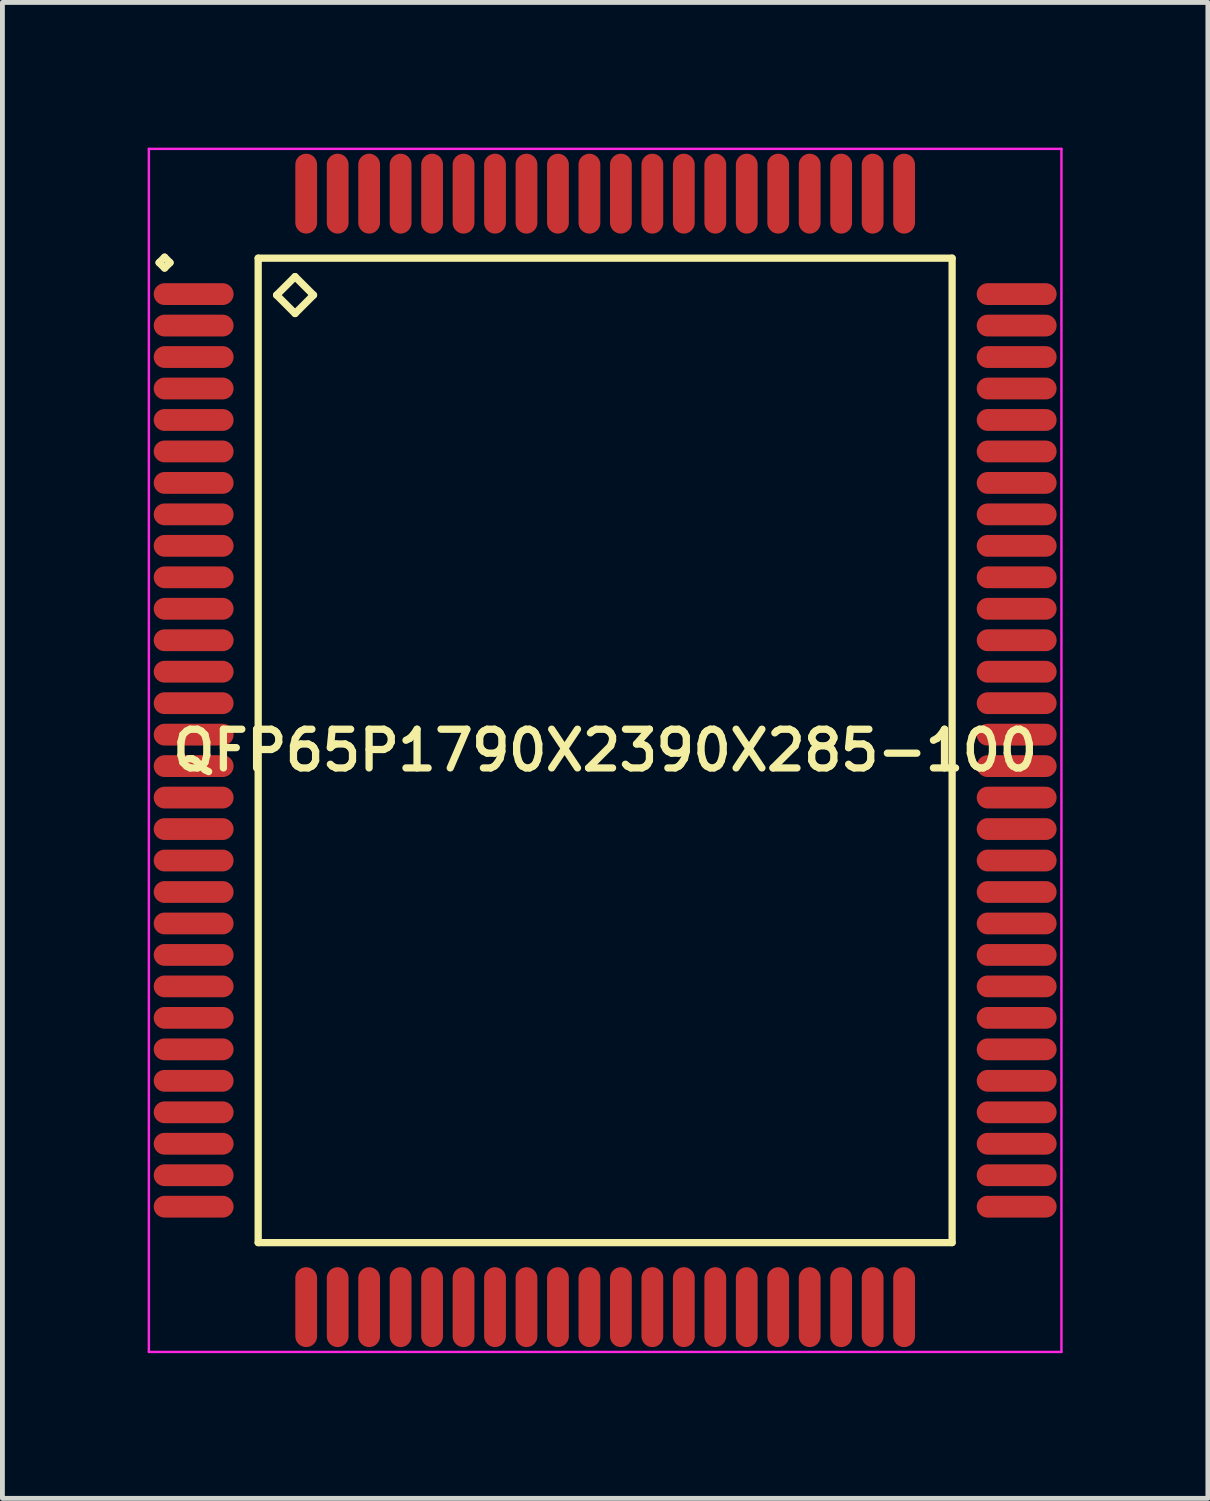
<source format=kicad_pcb>
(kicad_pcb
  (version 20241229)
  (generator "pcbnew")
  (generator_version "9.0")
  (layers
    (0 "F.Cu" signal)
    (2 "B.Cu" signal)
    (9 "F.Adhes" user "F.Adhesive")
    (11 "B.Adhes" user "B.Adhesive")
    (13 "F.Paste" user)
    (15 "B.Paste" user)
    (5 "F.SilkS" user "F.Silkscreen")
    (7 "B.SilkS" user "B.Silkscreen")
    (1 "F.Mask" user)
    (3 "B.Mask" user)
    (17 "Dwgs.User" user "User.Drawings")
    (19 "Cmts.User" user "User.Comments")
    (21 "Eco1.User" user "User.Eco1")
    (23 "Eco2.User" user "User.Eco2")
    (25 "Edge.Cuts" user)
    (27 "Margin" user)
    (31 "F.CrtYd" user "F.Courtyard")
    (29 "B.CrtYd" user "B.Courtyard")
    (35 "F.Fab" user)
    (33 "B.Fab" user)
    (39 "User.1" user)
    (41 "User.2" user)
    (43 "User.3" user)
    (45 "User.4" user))
  (footprint "QFP65P1790X2390X285-100"
    (layer "F.Cu")
    (at 9.45 12.45)
    (property "Reference" "QFP65P1790X2390X285-100" (at 0 0 0) (layer "F.SilkS") (effects (font (size 0.8 0.8) (thickness 0.15))))
    (attr smd)
    (fp_line (start -9.213 -10.075) (end -9.1 -10.188) (stroke (width 0.15) (type solid)) (layer "F.SilkS"))
    (fp_line (start -9.1 -10.188) (end -8.988 -10.075) (stroke (width 0.15) (type solid)) (layer "F.SilkS"))
    (fp_line (start -9.1 -9.963) (end -9.213 -10.075) (stroke (width 0.15) (type solid)) (layer "F.SilkS"))
    (fp_line (start -8.988 -10.075) (end -9.1 -9.963) (stroke (width 0.15) (type solid)) (layer "F.SilkS"))
    (fp_line (start -7.167 -10.167) (end -7.167 10.167) (stroke (width 0.15) (type solid)) (layer "F.SilkS"))
    (fp_line (start -7.167 10.167) (end 7.167 10.167) (stroke (width 0.15) (type solid)) (layer "F.SilkS"))
    (fp_line (start -6.786 -9.405) (end -6.405 -9.786) (stroke (width 0.15) (type solid)) (layer "F.SilkS"))
    (fp_line (start -6.405 -9.786) (end -6.024 -9.405) (stroke (width 0.15) (type solid)) (layer "F.SilkS"))
    (fp_line (start -6.405 -9.024) (end -6.786 -9.405) (stroke (width 0.15) (type solid)) (layer "F.SilkS"))
    (fp_line (start -6.024 -9.405) (end -6.405 -9.024) (stroke (width 0.15) (type solid)) (layer "F.SilkS"))
    (fp_line (start 7.167 -10.167) (end -7.167 -10.167) (stroke (width 0.15) (type solid)) (layer "F.SilkS"))
    (fp_line (start 7.167 10.167) (end 7.167 -10.167) (stroke (width 0.15) (type solid)) (layer "F.SilkS"))
    (fp_line (start -9.425 -12.425) (end 9.425 -12.425) (stroke (width 0.05) (type solid)) (layer "F.CrtYd"))
    (fp_line (start -9.425 12.425) (end -9.425 -12.425) (stroke (width 0.05) (type solid)) (layer "F.CrtYd"))
    (fp_line (start 9.425 -12.425) (end 9.425 12.425) (stroke (width 0.05) (type solid)) (layer "F.CrtYd"))
    (fp_line (start 9.425 12.425) (end -9.425 12.425) (stroke (width 0.05) (type solid)) (layer "F.CrtYd"))
    (pad "1" smd oval (at -8.5 -9.425) (size 1.65 0.45) (layers "F.Cu" "F.Mask" "F.Paste"))
    (pad "2" smd oval (at -8.5 -8.775) (size 1.65 0.45) (layers "F.Cu" "F.Mask" "F.Paste"))
    (pad "3" smd oval (at -8.5 -8.125) (size 1.65 0.45) (layers "F.Cu" "F.Mask" "F.Paste"))
    (pad "4" smd oval (at -8.5 -7.475) (size 1.65 0.45) (layers "F.Cu" "F.Mask" "F.Paste"))
    (pad "5" smd oval (at -8.5 -6.825) (size 1.65 0.45) (layers "F.Cu" "F.Mask" "F.Paste"))
    (pad "6" smd oval (at -8.5 -6.175) (size 1.65 0.45) (layers "F.Cu" "F.Mask" "F.Paste"))
    (pad "7" smd oval (at -8.5 -5.525) (size 1.65 0.45) (layers "F.Cu" "F.Mask" "F.Paste"))
    (pad "8" smd oval (at -8.5 -4.875) (size 1.65 0.45) (layers "F.Cu" "F.Mask" "F.Paste"))
    (pad "9" smd oval (at -8.5 -4.225) (size 1.65 0.45) (layers "F.Cu" "F.Mask" "F.Paste"))
    (pad "10" smd oval (at -8.5 -3.575) (size 1.65 0.45) (layers "F.Cu" "F.Mask" "F.Paste"))
    (pad "11" smd oval (at -8.5 -2.925) (size 1.65 0.45) (layers "F.Cu" "F.Mask" "F.Paste"))
    (pad "12" smd oval (at -8.5 -2.275) (size 1.65 0.45) (layers "F.Cu" "F.Mask" "F.Paste"))
    (pad "13" smd oval (at -8.5 -1.625) (size 1.65 0.45) (layers "F.Cu" "F.Mask" "F.Paste"))
    (pad "14" smd oval (at -8.5 -0.975) (size 1.65 0.45) (layers "F.Cu" "F.Mask" "F.Paste"))
    (pad "15" smd oval (at -8.5 -0.325) (size 1.65 0.45) (layers "F.Cu" "F.Mask" "F.Paste"))
    (pad "16" smd oval (at -8.5 0.325) (size 1.65 0.45) (layers "F.Cu" "F.Mask" "F.Paste"))
    (pad "17" smd oval (at -8.5 0.975) (size 1.65 0.45) (layers "F.Cu" "F.Mask" "F.Paste"))
    (pad "18" smd oval (at -8.5 1.625) (size 1.65 0.45) (layers "F.Cu" "F.Mask" "F.Paste"))
    (pad "19" smd oval (at -8.5 2.275) (size 1.65 0.45) (layers "F.Cu" "F.Mask" "F.Paste"))
    (pad "20" smd oval (at -8.5 2.925) (size 1.65 0.45) (layers "F.Cu" "F.Mask" "F.Paste"))
    (pad "21" smd oval (at -8.5 3.575) (size 1.65 0.45) (layers "F.Cu" "F.Mask" "F.Paste"))
    (pad "22" smd oval (at -8.5 4.225) (size 1.65 0.45) (layers "F.Cu" "F.Mask" "F.Paste"))
    (pad "23" smd oval (at -8.5 4.875) (size 1.65 0.45) (layers "F.Cu" "F.Mask" "F.Paste"))
    (pad "24" smd oval (at -8.5 5.525) (size 1.65 0.45) (layers "F.Cu" "F.Mask" "F.Paste"))
    (pad "25" smd oval (at -8.5 6.175) (size 1.65 0.45) (layers "F.Cu" "F.Mask" "F.Paste"))
    (pad "26" smd oval (at -8.5 6.825) (size 1.65 0.45) (layers "F.Cu" "F.Mask" "F.Paste"))
    (pad "27" smd oval (at -8.5 7.475) (size 1.65 0.45) (layers "F.Cu" "F.Mask" "F.Paste"))
    (pad "28" smd oval (at -8.5 8.125) (size 1.65 0.45) (layers "F.Cu" "F.Mask" "F.Paste"))
    (pad "29" smd oval (at -8.5 8.775) (size 1.65 0.45) (layers "F.Cu" "F.Mask" "F.Paste"))
    (pad "30" smd oval (at -8.5 9.425) (size 1.65 0.45) (layers "F.Cu" "F.Mask" "F.Paste"))
    (pad "31" smd oval (at -6.175 11.5) (size 0.45 1.65) (layers "F.Cu" "F.Mask" "F.Paste"))
    (pad "32" smd oval (at -5.525 11.5) (size 0.45 1.65) (layers "F.Cu" "F.Mask" "F.Paste"))
    (pad "33" smd oval (at -4.875 11.5) (size 0.45 1.65) (layers "F.Cu" "F.Mask" "F.Paste"))
    (pad "34" smd oval (at -4.225 11.5) (size 0.45 1.65) (layers "F.Cu" "F.Mask" "F.Paste"))
    (pad "35" smd oval (at -3.575 11.5) (size 0.45 1.65) (layers "F.Cu" "F.Mask" "F.Paste"))
    (pad "36" smd oval (at -2.925 11.5) (size 0.45 1.65) (layers "F.Cu" "F.Mask" "F.Paste"))
    (pad "37" smd oval (at -2.275 11.5) (size 0.45 1.65) (layers "F.Cu" "F.Mask" "F.Paste"))
    (pad "38" smd oval (at -1.625 11.5) (size 0.45 1.65) (layers "F.Cu" "F.Mask" "F.Paste"))
    (pad "39" smd oval (at -0.975 11.5) (size 0.45 1.65) (layers "F.Cu" "F.Mask" "F.Paste"))
    (pad "40" smd oval (at -0.325 11.5) (size 0.45 1.65) (layers "F.Cu" "F.Mask" "F.Paste"))
    (pad "41" smd oval (at 0.325 11.5) (size 0.45 1.65) (layers "F.Cu" "F.Mask" "F.Paste"))
    (pad "42" smd oval (at 0.975 11.5) (size 0.45 1.65) (layers "F.Cu" "F.Mask" "F.Paste"))
    (pad "43" smd oval (at 1.625 11.5) (size 0.45 1.65) (layers "F.Cu" "F.Mask" "F.Paste"))
    (pad "44" smd oval (at 2.275 11.5) (size 0.45 1.65) (layers "F.Cu" "F.Mask" "F.Paste"))
    (pad "45" smd oval (at 2.925 11.5) (size 0.45 1.65) (layers "F.Cu" "F.Mask" "F.Paste"))
    (pad "46" smd oval (at 3.575 11.5) (size 0.45 1.65) (layers "F.Cu" "F.Mask" "F.Paste"))
    (pad "47" smd oval (at 4.225 11.5) (size 0.45 1.65) (layers "F.Cu" "F.Mask" "F.Paste"))
    (pad "48" smd oval (at 4.875 11.5) (size 0.45 1.65) (layers "F.Cu" "F.Mask" "F.Paste"))
    (pad "49" smd oval (at 5.525 11.5) (size 0.45 1.65) (layers "F.Cu" "F.Mask" "F.Paste"))
    (pad "50" smd oval (at 6.175 11.5) (size 0.45 1.65) (layers "F.Cu" "F.Mask" "F.Paste"))
    (pad "51" smd oval (at 8.5 9.425) (size 1.65 0.45) (layers "F.Cu" "F.Mask" "F.Paste"))
    (pad "52" smd oval (at 8.5 8.775) (size 1.65 0.45) (layers "F.Cu" "F.Mask" "F.Paste"))
    (pad "53" smd oval (at 8.5 8.125) (size 1.65 0.45) (layers "F.Cu" "F.Mask" "F.Paste"))
    (pad "54" smd oval (at 8.5 7.475) (size 1.65 0.45) (layers "F.Cu" "F.Mask" "F.Paste"))
    (pad "55" smd oval (at 8.5 6.825) (size 1.65 0.45) (layers "F.Cu" "F.Mask" "F.Paste"))
    (pad "56" smd oval (at 8.5 6.175) (size 1.65 0.45) (layers "F.Cu" "F.Mask" "F.Paste"))
    (pad "57" smd oval (at 8.5 5.525) (size 1.65 0.45) (layers "F.Cu" "F.Mask" "F.Paste"))
    (pad "58" smd oval (at 8.5 4.875) (size 1.65 0.45) (layers "F.Cu" "F.Mask" "F.Paste"))
    (pad "59" smd oval (at 8.5 4.225) (size 1.65 0.45) (layers "F.Cu" "F.Mask" "F.Paste"))
    (pad "60" smd oval (at 8.5 3.575) (size 1.65 0.45) (layers "F.Cu" "F.Mask" "F.Paste"))
    (pad "61" smd oval (at 8.5 2.925) (size 1.65 0.45) (layers "F.Cu" "F.Mask" "F.Paste"))
    (pad "62" smd oval (at 8.5 2.275) (size 1.65 0.45) (layers "F.Cu" "F.Mask" "F.Paste"))
    (pad "63" smd oval (at 8.5 1.625) (size 1.65 0.45) (layers "F.Cu" "F.Mask" "F.Paste"))
    (pad "64" smd oval (at 8.5 0.975) (size 1.65 0.45) (layers "F.Cu" "F.Mask" "F.Paste"))
    (pad "65" smd oval (at 8.5 0.325) (size 1.65 0.45) (layers "F.Cu" "F.Mask" "F.Paste"))
    (pad "66" smd oval (at 8.5 -0.325) (size 1.65 0.45) (layers "F.Cu" "F.Mask" "F.Paste"))
    (pad "67" smd oval (at 8.5 -0.975) (size 1.65 0.45) (layers "F.Cu" "F.Mask" "F.Paste"))
    (pad "68" smd oval (at 8.5 -1.625) (size 1.65 0.45) (layers "F.Cu" "F.Mask" "F.Paste"))
    (pad "69" smd oval (at 8.5 -2.275) (size 1.65 0.45) (layers "F.Cu" "F.Mask" "F.Paste"))
    (pad "70" smd oval (at 8.5 -2.925) (size 1.65 0.45) (layers "F.Cu" "F.Mask" "F.Paste"))
    (pad "71" smd oval (at 8.5 -3.575) (size 1.65 0.45) (layers "F.Cu" "F.Mask" "F.Paste"))
    (pad "72" smd oval (at 8.5 -4.225) (size 1.65 0.45) (layers "F.Cu" "F.Mask" "F.Paste"))
    (pad "73" smd oval (at 8.5 -4.875) (size 1.65 0.45) (layers "F.Cu" "F.Mask" "F.Paste"))
    (pad "74" smd oval (at 8.5 -5.525) (size 1.65 0.45) (layers "F.Cu" "F.Mask" "F.Paste"))
    (pad "75" smd oval (at 8.5 -6.175) (size 1.65 0.45) (layers "F.Cu" "F.Mask" "F.Paste"))
    (pad "76" smd oval (at 8.5 -6.825) (size 1.65 0.45) (layers "F.Cu" "F.Mask" "F.Paste"))
    (pad "77" smd oval (at 8.5 -7.475) (size 1.65 0.45) (layers "F.Cu" "F.Mask" "F.Paste"))
    (pad "78" smd oval (at 8.5 -8.125) (size 1.65 0.45) (layers "F.Cu" "F.Mask" "F.Paste"))
    (pad "79" smd oval (at 8.5 -8.775) (size 1.65 0.45) (layers "F.Cu" "F.Mask" "F.Paste"))
    (pad "80" smd oval (at 8.5 -9.425) (size 1.65 0.45) (layers "F.Cu" "F.Mask" "F.Paste"))
    (pad "81" smd oval (at 6.175 -11.5) (size 0.45 1.65) (layers "F.Cu" "F.Mask" "F.Paste"))
    (pad "82" smd oval (at 5.525 -11.5) (size 0.45 1.65) (layers "F.Cu" "F.Mask" "F.Paste"))
    (pad "83" smd oval (at 4.875 -11.5) (size 0.45 1.65) (layers "F.Cu" "F.Mask" "F.Paste"))
    (pad "84" smd oval (at 4.225 -11.5) (size 0.45 1.65) (layers "F.Cu" "F.Mask" "F.Paste"))
    (pad "85" smd oval (at 3.575 -11.5) (size 0.45 1.65) (layers "F.Cu" "F.Mask" "F.Paste"))
    (pad "86" smd oval (at 2.925 -11.5) (size 0.45 1.65) (layers "F.Cu" "F.Mask" "F.Paste"))
    (pad "87" smd oval (at 2.275 -11.5) (size 0.45 1.65) (layers "F.Cu" "F.Mask" "F.Paste"))
    (pad "88" smd oval (at 1.625 -11.5) (size 0.45 1.65) (layers "F.Cu" "F.Mask" "F.Paste"))
    (pad "89" smd oval (at 0.975 -11.5) (size 0.45 1.65) (layers "F.Cu" "F.Mask" "F.Paste"))
    (pad "90" smd oval (at 0.325 -11.5) (size 0.45 1.65) (layers "F.Cu" "F.Mask" "F.Paste"))
    (pad "91" smd oval (at -0.325 -11.5) (size 0.45 1.65) (layers "F.Cu" "F.Mask" "F.Paste"))
    (pad "92" smd oval (at -0.975 -11.5) (size 0.45 1.65) (layers "F.Cu" "F.Mask" "F.Paste"))
    (pad "93" smd oval (at -1.625 -11.5) (size 0.45 1.65) (layers "F.Cu" "F.Mask" "F.Paste"))
    (pad "94" smd oval (at -2.275 -11.5) (size 0.45 1.65) (layers "F.Cu" "F.Mask" "F.Paste"))
    (pad "95" smd oval (at -2.925 -11.5) (size 0.45 1.65) (layers "F.Cu" "F.Mask" "F.Paste"))
    (pad "96" smd oval (at -3.575 -11.5) (size 0.45 1.65) (layers "F.Cu" "F.Mask" "F.Paste"))
    (pad "97" smd oval (at -4.225 -11.5) (size 0.45 1.65) (layers "F.Cu" "F.Mask" "F.Paste"))
    (pad "98" smd oval (at -4.875 -11.5) (size 0.45 1.65) (layers "F.Cu" "F.Mask" "F.Paste"))
    (pad "99" smd oval (at -5.525 -11.5) (size 0.45 1.65) (layers "F.Cu" "F.Mask" "F.Paste"))
    (pad "100" smd oval (at -6.175 -11.5) (size 0.45 1.65) (layers "F.Cu" "F.Mask" "F.Paste")))
  (gr_rect
    (start -3 -3)
    (end 21.9 27.9)
    (stroke (width 0.1) (type default))
    (fill no)
    (layer "Edge.Cuts")))
</source>
